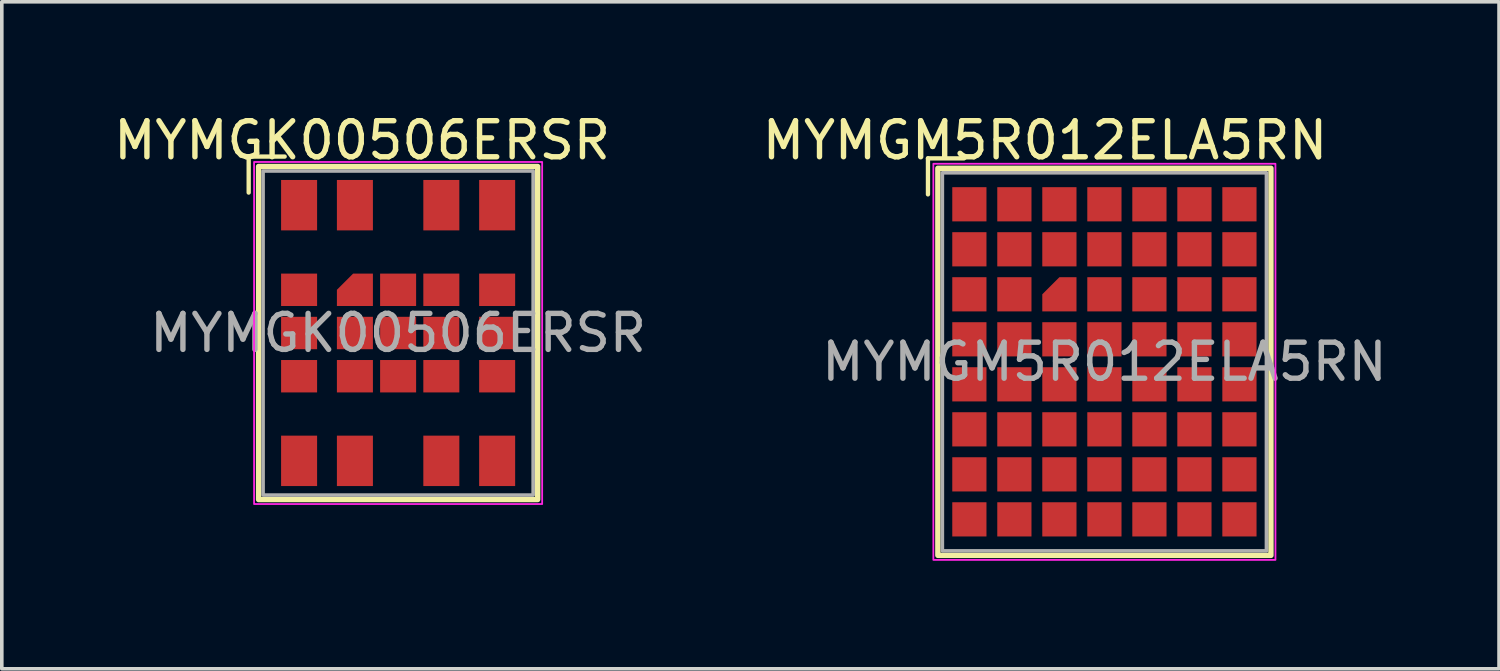
<source format=kicad_pcb>
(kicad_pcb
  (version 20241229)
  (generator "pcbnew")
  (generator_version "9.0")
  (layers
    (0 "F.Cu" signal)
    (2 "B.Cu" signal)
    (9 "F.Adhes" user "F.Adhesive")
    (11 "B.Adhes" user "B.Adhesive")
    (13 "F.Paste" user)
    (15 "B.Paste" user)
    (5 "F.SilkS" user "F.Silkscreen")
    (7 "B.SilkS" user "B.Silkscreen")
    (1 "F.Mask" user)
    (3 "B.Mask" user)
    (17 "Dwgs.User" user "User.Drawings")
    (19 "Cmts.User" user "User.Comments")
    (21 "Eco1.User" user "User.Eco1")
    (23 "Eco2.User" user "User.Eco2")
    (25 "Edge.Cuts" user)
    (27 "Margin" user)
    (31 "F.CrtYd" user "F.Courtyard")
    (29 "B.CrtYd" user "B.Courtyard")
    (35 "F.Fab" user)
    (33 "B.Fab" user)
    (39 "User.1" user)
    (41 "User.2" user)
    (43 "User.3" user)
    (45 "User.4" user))
  (footprint "MYMGM5R012ELA5RN"
    (layer "F.Cu")
    (at 27.62 6.998)
    (property "Reference" "MYMGM5R012ELA5RN" (at -1.65 -6.15 0) (unlocked yes) (layer "F.SilkS") (effects (font (size 1 1) (thickness 0.15))))
    (attr smd)
    (fp_line (start -4.9 -5.65) (end -4.9 -4.65) (stroke (width 0.12) (type solid)) (layer "F.SilkS"))
    (fp_line (start -3.9 -5.65) (end -4.9 -5.65) (stroke (width 0.12) (type solid)) (layer "F.SilkS"))
    (fp_rect (start -4.625 -5.375) (end 4.625 5.375) (stroke (width 0.15) (type solid)) (fill no) (layer "F.SilkS"))
    (fp_rect (start -4.75 -5.5) (end 4.75 5.5) (stroke (width 0.05) (type solid)) (fill no) (layer "F.CrtYd"))
    (fp_rect (start -4.5 -5.25) (end 4.5 5.25) (stroke (width 0.1) (type solid)) (fill no) (layer "F.Fab"))
    (fp_text user "${REFERENCE}" (at 0 0 0) (unlocked yes) (layer "F.Fab") (effects (font (size 1 1) (thickness 0.15))))
    (pad "A1" smd rect (at -3.75 -4.375) (size 0.95 0.95) (layers "F.Cu" "F.Mask" "F.Paste"))
    (pad "A2" smd rect (at -3.75 -3.125) (size 0.95 0.95) (layers "F.Cu" "F.Mask" "F.Paste"))
    (pad "A3" smd rect (at -3.75 -1.875) (size 0.95 0.95) (layers "F.Cu" "F.Mask" "F.Paste"))
    (pad "A4" smd rect (at -3.75 -0.625) (size 0.95 0.95) (layers "F.Cu" "F.Mask" "F.Paste"))
    (pad "A5" smd rect (at -3.75 0.625) (size 0.95 0.95) (layers "F.Cu" "F.Mask" "F.Paste"))
    (pad "A6" smd rect (at -3.75 1.875) (size 0.95 0.95) (layers "F.Cu" "F.Mask" "F.Paste"))
    (pad "A7" smd rect (at -3.75 3.125) (size 0.95 0.95) (layers "F.Cu" "F.Mask" "F.Paste"))
    (pad "A8" smd rect (at -3.75 4.375) (size 0.95 0.95) (layers "F.Cu" "F.Mask" "F.Paste"))
    (pad "B1" smd rect (at -2.5 -4.375) (size 0.95 0.95) (layers "F.Cu" "F.Mask" "F.Paste"))
    (pad "B2" smd rect (at -2.5 -3.125) (size 0.95 0.95) (layers "F.Cu" "F.Mask" "F.Paste"))
    (pad "B3" smd rect (at -2.5 -1.875) (size 0.95 0.95) (layers "F.Cu" "F.Mask" "F.Paste"))
    (pad "B4" smd rect (at -2.5 -0.625) (size 0.95 0.95) (layers "F.Cu" "F.Mask" "F.Paste"))
    (pad "B5" smd rect (at -2.5 0.625) (size 0.95 0.95) (layers "F.Cu" "F.Mask" "F.Paste"))
    (pad "B6" smd rect (at -2.5 1.875) (size 0.95 0.95) (layers "F.Cu" "F.Mask" "F.Paste"))
    (pad "B7" smd rect (at -2.5 3.125) (size 0.95 0.95) (layers "F.Cu" "F.Mask" "F.Paste"))
    (pad "B8" smd rect (at -2.5 4.375) (size 0.95 0.95) (layers "F.Cu" "F.Mask" "F.Paste"))
    (pad "C1" smd rect (at -1.25 -4.375) (size 0.95 0.95) (layers "F.Cu" "F.Mask" "F.Paste"))
    (pad "C2" smd rect (at -1.25 -3.125) (size 0.95 0.95) (layers "F.Cu" "F.Mask" "F.Paste"))
    (pad "C3" smd roundrect (at -1.25 -1.875) (size 0.95 0.95) (layers "F.Cu" "F.Mask" "F.Paste") (roundrect_rratio 0) (chamfer_ratio 0.5) (chamfer top_left))
    (pad "C4" smd rect (at -1.25 -0.625) (size 0.95 0.95) (layers "F.Cu" "F.Mask" "F.Paste"))
    (pad "C5" smd rect (at -1.25 0.625) (size 0.95 0.95) (layers "F.Cu" "F.Mask" "F.Paste"))
    (pad "C6" smd rect (at -1.25 1.875) (size 0.95 0.95) (layers "F.Cu" "F.Mask" "F.Paste"))
    (pad "C7" smd rect (at -1.25 3.125) (size 0.95 0.95) (layers "F.Cu" "F.Mask" "F.Paste"))
    (pad "C8" smd rect (at -1.25 4.375) (size 0.95 0.95) (layers "F.Cu" "F.Mask" "F.Paste"))
    (pad "D1" smd rect (at 0 -4.375) (size 0.95 0.95) (layers "F.Cu" "F.Mask" "F.Paste"))
    (pad "D2" smd rect (at 0 -3.125) (size 0.95 0.95) (layers "F.Cu" "F.Mask" "F.Paste"))
    (pad "D3" smd rect (at 0 -1.875) (size 0.95 0.95) (layers "F.Cu" "F.Mask" "F.Paste"))
    (pad "D4" smd rect (at 0 -0.625) (size 0.95 0.95) (layers "F.Cu" "F.Mask" "F.Paste"))
    (pad "D5" smd rect (at 0 0.625) (size 0.95 0.95) (layers "F.Cu" "F.Mask" "F.Paste"))
    (pad "D6" smd rect (at 0 1.875) (size 0.95 0.95) (layers "F.Cu" "F.Mask" "F.Paste"))
    (pad "D7" smd rect (at 0 3.125) (size 0.95 0.95) (layers "F.Cu" "F.Mask" "F.Paste"))
    (pad "D8" smd rect (at 0 4.375) (size 0.95 0.95) (layers "F.Cu" "F.Mask" "F.Paste"))
    (pad "E1" smd rect (at 1.25 -4.375) (size 0.95 0.95) (layers "F.Cu" "F.Mask" "F.Paste"))
    (pad "E2" smd rect (at 1.25 -3.125) (size 0.95 0.95) (layers "F.Cu" "F.Mask" "F.Paste"))
    (pad "E3" smd rect (at 1.25 -1.875) (size 0.95 0.95) (layers "F.Cu" "F.Mask" "F.Paste"))
    (pad "E4" smd rect (at 1.25 -0.625) (size 0.95 0.95) (layers "F.Cu" "F.Mask" "F.Paste"))
    (pad "E5" smd rect (at 1.25 0.625) (size 0.95 0.95) (layers "F.Cu" "F.Mask" "F.Paste"))
    (pad "E6" smd rect (at 1.25 1.875) (size 0.95 0.95) (layers "F.Cu" "F.Mask" "F.Paste"))
    (pad "E7" smd rect (at 1.25 3.125) (size 0.95 0.95) (layers "F.Cu" "F.Mask" "F.Paste"))
    (pad "E8" smd rect (at 1.25 4.375) (size 0.95 0.95) (layers "F.Cu" "F.Mask" "F.Paste"))
    (pad "F1" smd rect (at 2.5 -4.375) (size 0.95 0.95) (layers "F.Cu" "F.Mask" "F.Paste"))
    (pad "F2" smd rect (at 2.5 -3.125) (size 0.95 0.95) (layers "F.Cu" "F.Mask" "F.Paste"))
    (pad "F3" smd rect (at 2.5 -1.875) (size 0.95 0.95) (layers "F.Cu" "F.Mask" "F.Paste"))
    (pad "F4" smd rect (at 2.5 -0.625) (size 0.95 0.95) (layers "F.Cu" "F.Mask" "F.Paste"))
    (pad "F5" smd rect (at 2.5 0.625) (size 0.95 0.95) (layers "F.Cu" "F.Mask" "F.Paste"))
    (pad "F6" smd rect (at 2.5 1.875) (size 0.95 0.95) (layers "F.Cu" "F.Mask" "F.Paste"))
    (pad "F7" smd rect (at 2.5 3.125) (size 0.95 0.95) (layers "F.Cu" "F.Mask" "F.Paste"))
    (pad "F8" smd rect (at 2.5 4.375) (size 0.95 0.95) (layers "F.Cu" "F.Mask" "F.Paste"))
    (pad "G1" smd rect (at 3.75 -4.375) (size 0.95 0.95) (layers "F.Cu" "F.Mask" "F.Paste"))
    (pad "G2" smd rect (at 3.75 -3.125) (size 0.95 0.95) (layers "F.Cu" "F.Mask" "F.Paste"))
    (pad "G3" smd rect (at 3.75 -1.875) (size 0.95 0.95) (layers "F.Cu" "F.Mask" "F.Paste"))
    (pad "G4" smd rect (at 3.75 -0.625) (size 0.95 0.95) (layers "F.Cu" "F.Mask" "F.Paste"))
    (pad "G5" smd rect (at 3.75 0.625) (size 0.95 0.95) (layers "F.Cu" "F.Mask" "F.Paste"))
    (pad "G6" smd rect (at 3.75 1.875) (size 0.95 0.95) (layers "F.Cu" "F.Mask" "F.Paste"))
    (pad "G7" smd rect (at 3.75 3.125) (size 0.95 0.95) (layers "F.Cu" "F.Mask" "F.Paste"))
    (pad "G8" smd rect (at 3.75 4.375) (size 0.95 0.95) (layers "F.Cu" "F.Mask" "F.Paste")))
  (footprint "MYMGK00506ERSR"
    (layer "F.Cu")
    (at 8.006 6.198)
    (property "Reference" "MYMGK00506ERSR" (at -1 -5.35 0) (unlocked yes) (layer "F.SilkS") (effects (font (size 1 1) (thickness 0.15))))
    (attr smd)
    (fp_line (start -4.15 -4.9) (end -4.15 -3.9) (stroke (width 0.12) (type solid)) (layer "F.SilkS"))
    (fp_line (start -3.15 -4.9) (end -4.15 -4.9) (stroke (width 0.12) (type solid)) (layer "F.SilkS"))
    (fp_rect (start -3.875 -4.625) (end 3.875 4.625) (stroke (width 0.15) (type solid)) (fill no) (layer "F.SilkS"))
    (fp_rect (start -4 -4.75) (end 4 4.75) (stroke (width 0.05) (type solid)) (fill no) (layer "F.CrtYd"))
    (fp_rect (start -3.75 -4.5) (end 3.75 4.5) (stroke (width 0.1) (type solid)) (fill no) (layer "F.Fab"))
    (fp_text user "${REFERENCE}" (at 0 0 0) (unlocked yes) (layer "F.Fab") (effects (font (size 1 1) (thickness 0.15))))
    (pad "1" smd rect (at -2.75 -3.55) (size 1 1.4) (layers "F.Cu" "F.Mask" "F.Paste"))
    (pad "2" smd rect (at -1.2 -3.55) (size 1 1.4) (layers "F.Cu" "F.Mask" "F.Paste"))
    (pad "3" smd rect (at -2.75 -1.2) (size 1 0.9) (layers "F.Cu" "F.Mask" "F.Paste"))
    (pad "4" smd rect (at -2.75 0) (size 1 0.9) (layers "F.Cu" "F.Mask" "F.Paste"))
    (pad "5" smd rect (at -2.75 1.2) (size 1 0.9) (layers "F.Cu" "F.Mask" "F.Paste"))
    (pad "6" smd rect (at -2.75 3.55) (size 1 1.4) (layers "F.Cu" "F.Mask" "F.Paste"))
    (pad "7" smd rect (at -1.2 3.55) (size 1 1.4) (layers "F.Cu" "F.Mask" "F.Paste"))
    (pad "8" smd rect (at 1.2 3.55) (size 1 1.4) (layers "F.Cu" "F.Mask" "F.Paste"))
    (pad "9" smd rect (at 2.75 3.55) (size 1 1.4) (layers "F.Cu" "F.Mask" "F.Paste"))
    (pad "10" smd rect (at 2.75 1.2) (size 1 0.9) (layers "F.Cu" "F.Mask" "F.Paste"))
    (pad "11" smd rect (at 2.75 0) (size 1 0.9) (layers "F.Cu" "F.Mask" "F.Paste"))
    (pad "12" smd rect (at 2.75 -1.2) (size 1 0.9) (layers "F.Cu" "F.Mask" "F.Paste"))
    (pad "13" smd rect (at 2.75 -3.55) (size 1 1.4) (layers "F.Cu" "F.Mask" "F.Paste"))
    (pad "14" smd rect (at 1.2 -3.55) (size 1 1.4) (layers "F.Cu" "F.Mask" "F.Paste"))
    (pad "15" smd roundrect (at -1.2 -1.2) (size 1 0.9) (layers "F.Cu" "F.Mask" "F.Paste") (roundrect_rratio 0) (chamfer_ratio 0.5) (chamfer top_left))
    (pad "16" smd rect (at -1.2 0) (size 1 0.9) (layers "F.Cu" "F.Mask" "F.Paste"))
    (pad "17" smd rect (at -1.2 1.2) (size 1 0.9) (layers "F.Cu" "F.Mask" "F.Paste"))
    (pad "18" smd rect (at 0 -1.2) (size 1 0.9) (layers "F.Cu" "F.Mask" "F.Paste"))
    (pad "19" smd rect (at 0 0) (size 1 0.9) (layers "F.Cu" "F.Mask" "F.Paste"))
    (pad "20" smd rect (at 0 1.2) (size 1 0.9) (layers "F.Cu" "F.Mask" "F.Paste"))
    (pad "21" smd rect (at 1.2 -1.2) (size 1 0.9) (layers "F.Cu" "F.Mask" "F.Paste"))
    (pad "22" smd rect (at 1.2 0) (size 1 0.9) (layers "F.Cu" "F.Mask" "F.Paste"))
    (pad "23" smd rect (at 1.2 1.2) (size 1 0.9) (layers "F.Cu" "F.Mask" "F.Paste")))
  (gr_rect
    (start -3 -3)
    (end 38.579 15.523)
    (stroke (width 0.1) (type default))
    (fill no)
    (layer "Edge.Cuts")))
</source>
